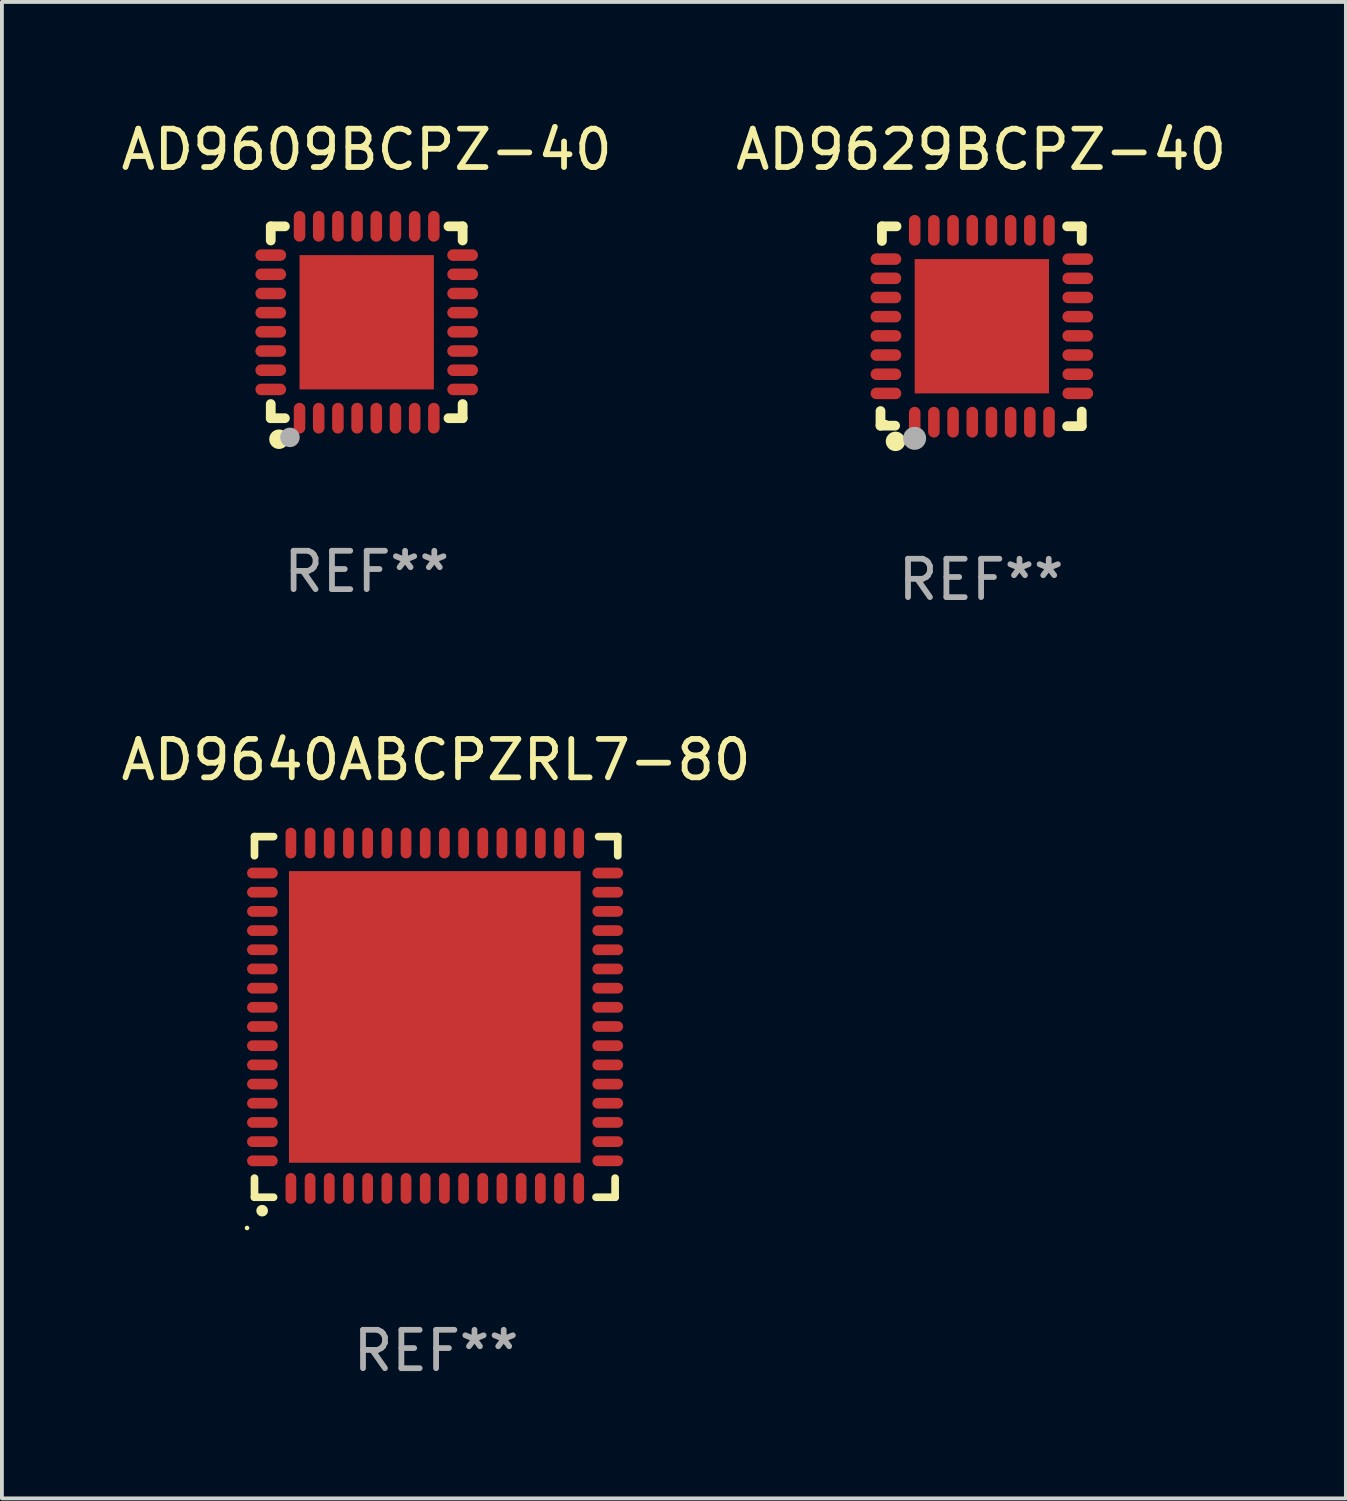
<source format=kicad_pcb>
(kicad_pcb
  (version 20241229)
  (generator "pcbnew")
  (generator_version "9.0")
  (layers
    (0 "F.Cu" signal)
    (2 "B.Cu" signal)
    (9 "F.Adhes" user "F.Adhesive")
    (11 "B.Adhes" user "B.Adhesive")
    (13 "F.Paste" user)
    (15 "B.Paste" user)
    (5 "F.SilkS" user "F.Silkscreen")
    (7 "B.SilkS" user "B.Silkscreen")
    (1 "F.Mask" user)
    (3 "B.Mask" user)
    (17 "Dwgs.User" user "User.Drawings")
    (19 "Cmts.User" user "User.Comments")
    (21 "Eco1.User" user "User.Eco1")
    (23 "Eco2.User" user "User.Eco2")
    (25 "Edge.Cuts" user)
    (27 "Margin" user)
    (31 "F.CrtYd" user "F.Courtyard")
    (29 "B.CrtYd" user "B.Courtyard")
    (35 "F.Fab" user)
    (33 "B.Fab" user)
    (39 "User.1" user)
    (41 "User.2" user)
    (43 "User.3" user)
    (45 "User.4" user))
  (footprint "AD9640ABCPZRL7-80"
    (layer "F.Cu")
    (at 8.315 23.451)
    (property "Reference" "AD9640ABCPZRL7-80" (at 0 -6.699 0) (layer "F.SilkS") (effects (font (size 1 1) (thickness 0.15))))
    (attr through_hole)
    (fp_line (start -4.733 -4.699) (end -4.235 -4.699) (stroke (width 0.2) (type solid)) (layer "F.SilkS"))
    (fp_line (start -4.733 -4.201) (end -4.733 -4.699) (stroke (width 0.2) (type solid)) (layer "F.SilkS"))
    (fp_line (start -4.733 4.699) (end -4.733 4.201) (stroke (width 0.2) (type solid)) (layer "F.SilkS"))
    (fp_line (start -4.235 4.699) (end -4.733 4.699) (stroke (width 0.2) (type solid)) (layer "F.SilkS"))
    (fp_line (start 4.168 4.699) (end 4.665 4.699) (stroke (width 0.2) (type solid)) (layer "F.SilkS"))
    (fp_line (start 4.665 4.699) (end 4.665 4.201) (stroke (width 0.2) (type solid)) (layer "F.SilkS"))
    (fp_line (start 4.733 -4.699) (end 4.235 -4.699) (stroke (width 0.2) (type solid)) (layer "F.SilkS"))
    (fp_line (start 4.733 -4.201) (end 4.733 -4.699) (stroke (width 0.2) (type solid)) (layer "F.SilkS"))
    (fp_arc (start -4.534417 5.04953) (mid -4.533147 5.049525) (end -4.531877 5.04953) (stroke (width 0.3) (type solid)) (layer "F.SilkS"))
    (fp_circle (center -4.927 5.5) (end -4.897 5.5) (stroke (width 0.06) (type solid)) (fill no) (layer "F.SilkS"))
    (fp_text user "REF**" (at 0 8.699 0) (layer "F.Fab") (effects (font (size 1 1) (thickness 0.15))))
    (pad "1" smd oval (at -3.784 4.469 180) (size 0.28 0.8) (layers "F.Cu" "F.Mask" "F.Paste"))
    (pad "2" smd oval (at -3.284 4.469 180) (size 0.28 0.8) (layers "F.Cu" "F.Mask" "F.Paste"))
    (pad "3" smd oval (at -2.784 4.469 180) (size 0.28 0.8) (layers "F.Cu" "F.Mask" "F.Paste"))
    (pad "4" smd oval (at -2.284 4.469 180) (size 0.28 0.8) (layers "F.Cu" "F.Mask" "F.Paste"))
    (pad "5" smd oval (at -1.784 4.469 180) (size 0.28 0.8) (layers "F.Cu" "F.Mask" "F.Paste"))
    (pad "6" smd oval (at -1.284 4.469 180) (size 0.28 0.8) (layers "F.Cu" "F.Mask" "F.Paste"))
    (pad "7" smd oval (at -0.784 4.469 180) (size 0.28 0.8) (layers "F.Cu" "F.Mask" "F.Paste"))
    (pad "8" smd oval (at -0.284 4.469 180) (size 0.28 0.8) (layers "F.Cu" "F.Mask" "F.Paste"))
    (pad "9" smd oval (at 0.216 4.469 180) (size 0.28 0.8) (layers "F.Cu" "F.Mask" "F.Paste"))
    (pad "10" smd oval (at 0.716 4.469 180) (size 0.28 0.8) (layers "F.Cu" "F.Mask" "F.Paste"))
    (pad "11" smd oval (at 1.216 4.469 180) (size 0.28 0.8) (layers "F.Cu" "F.Mask" "F.Paste"))
    (pad "12" smd oval (at 1.716 4.469 180) (size 0.28 0.8) (layers "F.Cu" "F.Mask" "F.Paste"))
    (pad "13" smd oval (at 2.216 4.469 180) (size 0.28 0.8) (layers "F.Cu" "F.Mask" "F.Paste"))
    (pad "14" smd oval (at 2.716 4.469 180) (size 0.28 0.8) (layers "F.Cu" "F.Mask" "F.Paste"))
    (pad "15" smd oval (at 3.216 4.469 180) (size 0.28 0.8) (layers "F.Cu" "F.Mask" "F.Paste"))
    (pad "16" smd oval (at 3.716 4.469 180) (size 0.28 0.8) (layers "F.Cu" "F.Mask" "F.Paste"))
    (pad "17" smd oval (at 4.473 3.75 270) (size 0.28 0.8) (layers "F.Cu" "F.Mask" "F.Paste"))
    (pad "18" smd oval (at 4.473 3.25 270) (size 0.28 0.8) (layers "F.Cu" "F.Mask" "F.Paste"))
    (pad "19" smd oval (at 4.473 2.75 270) (size 0.28 0.8) (layers "F.Cu" "F.Mask" "F.Paste"))
    (pad "20" smd oval (at 4.473 2.25 270) (size 0.28 0.8) (layers "F.Cu" "F.Mask" "F.Paste"))
    (pad "21" smd oval (at 4.473 1.75 270) (size 0.28 0.8) (layers "F.Cu" "F.Mask" "F.Paste"))
    (pad "22" smd oval (at 4.473 1.25 270) (size 0.28 0.8) (layers "F.Cu" "F.Mask" "F.Paste"))
    (pad "23" smd oval (at 4.473 0.75 270) (size 0.28 0.8) (layers "F.Cu" "F.Mask" "F.Paste"))
    (pad "24" smd oval (at 4.473 0.25 270) (size 0.28 0.8) (layers "F.Cu" "F.Mask" "F.Paste"))
    (pad "25" smd oval (at 4.473 -0.25 270) (size 0.28 0.8) (layers "F.Cu" "F.Mask" "F.Paste"))
    (pad "26" smd oval (at 4.473 -0.75 270) (size 0.28 0.8) (layers "F.Cu" "F.Mask" "F.Paste"))
    (pad "27" smd oval (at 4.473 -1.25 270) (size 0.28 0.8) (layers "F.Cu" "F.Mask" "F.Paste"))
    (pad "28" smd oval (at 4.473 -1.75 270) (size 0.28 0.8) (layers "F.Cu" "F.Mask" "F.Paste"))
    (pad "29" smd oval (at 4.473 -2.25 270) (size 0.28 0.8) (layers "F.Cu" "F.Mask" "F.Paste"))
    (pad "30" smd oval (at 4.473 -2.75 270) (size 0.28 0.8) (layers "F.Cu" "F.Mask" "F.Paste"))
    (pad "31" smd oval (at 4.473 -3.25 270) (size 0.28 0.8) (layers "F.Cu" "F.Mask" "F.Paste"))
    (pad "32" smd oval (at 4.473 -3.75 270) (size 0.28 0.8) (layers "F.Cu" "F.Mask" "F.Paste"))
    (pad "33" smd oval (at 3.716 -4.531) (size 0.28 0.8) (layers "F.Cu" "F.Mask" "F.Paste"))
    (pad "34" smd oval (at 3.216 -4.531) (size 0.28 0.8) (layers "F.Cu" "F.Mask" "F.Paste"))
    (pad "35" smd oval (at 2.716 -4.531) (size 0.28 0.8) (layers "F.Cu" "F.Mask" "F.Paste"))
    (pad "36" smd oval (at 2.216 -4.531) (size 0.28 0.8) (layers "F.Cu" "F.Mask" "F.Paste"))
    (pad "37" smd oval (at 1.716 -4.531) (size 0.28 0.8) (layers "F.Cu" "F.Mask" "F.Paste"))
    (pad "38" smd oval (at 1.216 -4.531) (size 0.28 0.8) (layers "F.Cu" "F.Mask" "F.Paste"))
    (pad "39" smd oval (at 0.716 -4.531) (size 0.28 0.8) (layers "F.Cu" "F.Mask" "F.Paste"))
    (pad "40" smd oval (at 0.216 -4.531) (size 0.28 0.8) (layers "F.Cu" "F.Mask" "F.Paste"))
    (pad "41" smd oval (at -0.284 -4.531) (size 0.28 0.8) (layers "F.Cu" "F.Mask" "F.Paste"))
    (pad "42" smd oval (at -0.784 -4.531) (size 0.28 0.8) (layers "F.Cu" "F.Mask" "F.Paste"))
    (pad "43" smd oval (at -1.284 -4.531) (size 0.28 0.8) (layers "F.Cu" "F.Mask" "F.Paste"))
    (pad "44" smd oval (at -1.784 -4.531) (size 0.28 0.8) (layers "F.Cu" "F.Mask" "F.Paste"))
    (pad "45" smd oval (at -2.284 -4.531) (size 0.28 0.8) (layers "F.Cu" "F.Mask" "F.Paste"))
    (pad "46" smd oval (at -2.784 -4.531) (size 0.28 0.8) (layers "F.Cu" "F.Mask" "F.Paste"))
    (pad "47" smd oval (at -3.284 -4.531) (size 0.28 0.8) (layers "F.Cu" "F.Mask" "F.Paste"))
    (pad "48" smd oval (at -3.784 -4.531) (size 0.28 0.8) (layers "F.Cu" "F.Mask" "F.Paste"))
    (pad "49" smd oval (at -4.527 -3.75 90) (size 0.28 0.8) (layers "F.Cu" "F.Mask" "F.Paste"))
    (pad "50" smd oval (at -4.527 -3.25 90) (size 0.28 0.8) (layers "F.Cu" "F.Mask" "F.Paste"))
    (pad "51" smd oval (at -4.527 -2.75 90) (size 0.28 0.8) (layers "F.Cu" "F.Mask" "F.Paste"))
    (pad "52" smd oval (at -4.527 -2.25 90) (size 0.28 0.8) (layers "F.Cu" "F.Mask" "F.Paste"))
    (pad "53" smd oval (at -4.527 -1.75 90) (size 0.28 0.8) (layers "F.Cu" "F.Mask" "F.Paste"))
    (pad "54" smd oval (at -4.527 -1.25 90) (size 0.28 0.8) (layers "F.Cu" "F.Mask" "F.Paste"))
    (pad "55" smd oval (at -4.527 -0.75 90) (size 0.28 0.8) (layers "F.Cu" "F.Mask" "F.Paste"))
    (pad "56" smd oval (at -4.527 -0.25 90) (size 0.28 0.8) (layers "F.Cu" "F.Mask" "F.Paste"))
    (pad "57" smd oval (at -4.527 0.25 90) (size 0.28 0.8) (layers "F.Cu" "F.Mask" "F.Paste"))
    (pad "58" smd oval (at -4.527 0.75 90) (size 0.28 0.8) (layers "F.Cu" "F.Mask" "F.Paste"))
    (pad "59" smd oval (at -4.527 1.25 90) (size 0.28 0.8) (layers "F.Cu" "F.Mask" "F.Paste"))
    (pad "60" smd oval (at -4.527 1.75 90) (size 0.28 0.8) (layers "F.Cu" "F.Mask" "F.Paste"))
    (pad "61" smd oval (at -4.527 2.25 90) (size 0.28 0.8) (layers "F.Cu" "F.Mask" "F.Paste"))
    (pad "62" smd oval (at -4.527 2.75 90) (size 0.28 0.8) (layers "F.Cu" "F.Mask" "F.Paste"))
    (pad "63" smd oval (at -4.527 3.25 90) (size 0.28 0.8) (layers "F.Cu" "F.Mask" "F.Paste"))
    (pad "64" smd oval (at -4.527 3.75 90) (size 0.28 0.8) (layers "F.Cu" "F.Mask" "F.Paste"))
    (pad "65" smd rect (at -0.034 -0.000102 90) (size 7.6 7.6) (layers "F.Cu" "F.Mask" "F.Paste")))
  (footprint "AD9609BCPZ-40"
    (layer "F.Cu")
    (at 6.506 5.348)
    (property "Reference" "AD9609BCPZ-40" (at 0 -4.5 0) (layer "F.SilkS") (effects (font (size 1 1) (thickness 0.15))))
    (attr through_hole)
    (fp_line (start -2.5 -2.5) (end -2.131 -2.5) (stroke (width 0.254) (type solid)) (layer "F.SilkS"))
    (fp_line (start -2.5 -2.131) (end -2.5 -2.5) (stroke (width 0.254) (type solid)) (layer "F.SilkS"))
    (fp_line (start -2.5 2.5) (end -2.5 2.131) (stroke (width 0.254) (type solid)) (layer "F.SilkS"))
    (fp_line (start -2.131 2.5) (end -2.5 2.5) (stroke (width 0.254) (type solid)) (layer "F.SilkS"))
    (fp_line (start 2.131 -2.5) (end 2.5 -2.5) (stroke (width 0.254) (type solid)) (layer "F.SilkS"))
    (fp_line (start 2.5 -2.5) (end 2.5 -2.131) (stroke (width 0.254) (type solid)) (layer "F.SilkS"))
    (fp_line (start 2.5 2.131) (end 2.5 2.5) (stroke (width 0.254) (type solid)) (layer "F.SilkS"))
    (fp_line (start 2.5 2.5) (end 2.131 2.5) (stroke (width 0.254) (type solid)) (layer "F.SilkS"))
    (fp_circle (center -2.5 2.5) (end -2.47 2.5) (stroke (width 0.06) (type solid)) (fill no) (layer "F.SilkS"))
    (fp_circle (center -2.286 3.048) (end -2.159 3.048) (stroke (width 0.254) (type solid)) (fill no) (layer "F.SilkS"))
    (fp_circle (center -2 3) (end -1.873 3) (stroke (width 0.254) (type solid)) (fill no) (layer "F.Fab"))
    (fp_text user "REF**" (at 0 6.5 0) (layer "F.Fab") (effects (font (size 1 1) (thickness 0.15))))
    (pad "1" smd oval (at -1.75 2.5 90) (size 0.8 0.3) (layers "F.Cu" "F.Mask" "F.Paste"))
    (pad "2" smd oval (at -1.25 2.5 90) (size 0.8 0.3) (layers "F.Cu" "F.Mask" "F.Paste"))
    (pad "3" smd oval (at -0.75 2.5 90) (size 0.8 0.3) (layers "F.Cu" "F.Mask" "F.Paste"))
    (pad "4" smd oval (at -0.25 2.5 90) (size 0.8 0.3) (layers "F.Cu" "F.Mask" "F.Paste"))
    (pad "5" smd oval (at 0.25 2.5 90) (size 0.8 0.3) (layers "F.Cu" "F.Mask" "F.Paste"))
    (pad "6" smd oval (at 0.75 2.5 90) (size 0.8 0.3) (layers "F.Cu" "F.Mask" "F.Paste"))
    (pad "7" smd oval (at 1.25 2.5 90) (size 0.8 0.3) (layers "F.Cu" "F.Mask" "F.Paste"))
    (pad "8" smd oval (at 1.75 2.5 90) (size 0.8 0.3) (layers "F.Cu" "F.Mask" "F.Paste"))
    (pad "9" smd oval (at 2.5 1.75 180) (size 0.8 0.3) (layers "F.Cu" "F.Mask" "F.Paste"))
    (pad "10" smd oval (at 2.5 1.25 180) (size 0.8 0.3) (layers "F.Cu" "F.Mask" "F.Paste"))
    (pad "11" smd oval (at 2.5 0.75 180) (size 0.8 0.3) (layers "F.Cu" "F.Mask" "F.Paste"))
    (pad "12" smd oval (at 2.5 0.25 180) (size 0.8 0.3) (layers "F.Cu" "F.Mask" "F.Paste"))
    (pad "13" smd oval (at 2.5 -0.25 180) (size 0.8 0.3) (layers "F.Cu" "F.Mask" "F.Paste"))
    (pad "14" smd oval (at 2.5 -0.75 180) (size 0.8 0.3) (layers "F.Cu" "F.Mask" "F.Paste"))
    (pad "15" smd oval (at 2.5 -1.25 180) (size 0.8 0.3) (layers "F.Cu" "F.Mask" "F.Paste"))
    (pad "16" smd oval (at 2.5 -1.75 180) (size 0.8 0.3) (layers "F.Cu" "F.Mask" "F.Paste"))
    (pad "17" smd oval (at 1.75 -2.5 270) (size 0.8 0.3) (layers "F.Cu" "F.Mask" "F.Paste"))
    (pad "18" smd oval (at 1.25 -2.5 270) (size 0.8 0.3) (layers "F.Cu" "F.Mask" "F.Paste"))
    (pad "19" smd oval (at 0.75 -2.5 270) (size 0.8 0.3) (layers "F.Cu" "F.Mask" "F.Paste"))
    (pad "20" smd oval (at 0.25 -2.5 270) (size 0.8 0.3) (layers "F.Cu" "F.Mask" "F.Paste"))
    (pad "21" smd oval (at -0.25 -2.5 270) (size 0.8 0.3) (layers "F.Cu" "F.Mask" "F.Paste"))
    (pad "22" smd oval (at -0.75 -2.5 270) (size 0.8 0.3) (layers "F.Cu" "F.Mask" "F.Paste"))
    (pad "23" smd oval (at -1.25 -2.5 270) (size 0.8 0.3) (layers "F.Cu" "F.Mask" "F.Paste"))
    (pad "24" smd oval (at -1.75 -2.5 270) (size 0.8 0.3) (layers "F.Cu" "F.Mask" "F.Paste"))
    (pad "25" smd oval (at -2.5 -1.75) (size 0.8 0.3) (layers "F.Cu" "F.Mask" "F.Paste"))
    (pad "26" smd oval (at -2.5 -1.25) (size 0.8 0.3) (layers "F.Cu" "F.Mask" "F.Paste"))
    (pad "27" smd oval (at -2.5 -0.75) (size 0.8 0.3) (layers "F.Cu" "F.Mask" "F.Paste"))
    (pad "28" smd oval (at -2.5 -0.25) (size 0.8 0.3) (layers "F.Cu" "F.Mask" "F.Paste"))
    (pad "29" smd oval (at -2.5 0.25) (size 0.8 0.3) (layers "F.Cu" "F.Mask" "F.Paste"))
    (pad "30" smd oval (at -2.5 0.75) (size 0.8 0.3) (layers "F.Cu" "F.Mask" "F.Paste"))
    (pad "31" smd oval (at -2.5 1.25) (size 0.8 0.3) (layers "F.Cu" "F.Mask" "F.Paste"))
    (pad "32" smd oval (at -2.5 1.75) (size 0.8 0.3) (layers "F.Cu" "F.Mask" "F.Paste"))
    (pad "33" smd rect (at -0.000127 0.000127 90) (size 3.5 3.5) (layers "F.Cu" "F.Mask" "F.Paste")))
  (footprint "AD9629BCPZ-40"
    (layer "F.Cu")
    (at 22.518 5.452)
    (property "Reference" "AD9629BCPZ-40" (at 0 -4.604 0) (layer "F.SilkS") (effects (font (size 1 1) (thickness 0.15))))
    (attr through_hole)
    (fp_line (start -2.622 2.21) (end -2.622 2.591) (stroke (width 0.254) (type solid)) (layer "F.SilkS"))
    (fp_line (start -2.622 2.591) (end -2.241 2.591) (stroke (width 0.254) (type solid)) (layer "F.SilkS"))
    (fp_line (start -2.585 -2.604) (end -2.585 -2.223) (stroke (width 0.254) (type solid)) (layer "F.SilkS"))
    (fp_line (start -2.204 -2.604) (end -2.585 -2.604) (stroke (width 0.254) (type solid)) (layer "F.SilkS"))
    (fp_line (start 2.241 2.604) (end 2.622 2.604) (stroke (width 0.254) (type solid)) (layer "F.SilkS"))
    (fp_line (start 2.622 -2.604) (end 2.241 -2.604) (stroke (width 0.254) (type solid)) (layer "F.SilkS"))
    (fp_line (start 2.622 -2.223) (end 2.622 -2.604) (stroke (width 0.254) (type solid)) (layer "F.SilkS"))
    (fp_line (start 2.622 2.604) (end 2.622 2.223) (stroke (width 0.254) (type solid)) (layer "F.SilkS"))
    (fp_circle (center -2.481 2.5) (end -2.451 2.5) (stroke (width 0.06) (type solid)) (fill no) (layer "F.SilkS"))
    (fp_circle (center -2.231 3) (end -2.104 3) (stroke (width 0.254) (type solid)) (fill no) (layer "F.SilkS"))
    (fp_circle (center -1.733 2.921) (end -1.583 2.921) (stroke (width 0.3) (type solid)) (fill no) (layer "F.Fab"))
    (fp_text user "REF**" (at 0 6.604 0) (layer "F.Fab") (effects (font (size 1 1) (thickness 0.15))))
    (pad "1" smd oval (at -1.731 2.5 90) (size 0.8 0.3) (layers "F.Cu" "F.Mask" "F.Paste"))
    (pad "2" smd oval (at -1.231 2.5 90) (size 0.8 0.3) (layers "F.Cu" "F.Mask" "F.Paste"))
    (pad "3" smd oval (at -0.731 2.5 90) (size 0.8 0.3) (layers "F.Cu" "F.Mask" "F.Paste"))
    (pad "4" smd oval (at -0.231 2.5 90) (size 0.8 0.3) (layers "F.Cu" "F.Mask" "F.Paste"))
    (pad "5" smd oval (at 0.269 2.5 90) (size 0.8 0.3) (layers "F.Cu" "F.Mask" "F.Paste"))
    (pad "6" smd oval (at 0.769 2.5 90) (size 0.8 0.3) (layers "F.Cu" "F.Mask" "F.Paste"))
    (pad "7" smd oval (at 1.269 2.5 90) (size 0.8 0.3) (layers "F.Cu" "F.Mask" "F.Paste"))
    (pad "8" smd oval (at 1.769 2.5 90) (size 0.8 0.3) (layers "F.Cu" "F.Mask" "F.Paste"))
    (pad "9" smd oval (at 2.519 1.75 180) (size 0.8 0.3) (layers "F.Cu" "F.Mask" "F.Paste"))
    (pad "10" smd oval (at 2.519 1.25 180) (size 0.8 0.3) (layers "F.Cu" "F.Mask" "F.Paste"))
    (pad "11" smd oval (at 2.519 0.75 180) (size 0.8 0.3) (layers "F.Cu" "F.Mask" "F.Paste"))
    (pad "12" smd oval (at 2.519 0.25 180) (size 0.8 0.3) (layers "F.Cu" "F.Mask" "F.Paste"))
    (pad "13" smd oval (at 2.519 -0.25 180) (size 0.8 0.3) (layers "F.Cu" "F.Mask" "F.Paste"))
    (pad "14" smd oval (at 2.519 -0.75 180) (size 0.8 0.3) (layers "F.Cu" "F.Mask" "F.Paste"))
    (pad "15" smd oval (at 2.519 -1.25 180) (size 0.8 0.3) (layers "F.Cu" "F.Mask" "F.Paste"))
    (pad "16" smd oval (at 2.519 -1.75 180) (size 0.8 0.3) (layers "F.Cu" "F.Mask" "F.Paste"))
    (pad "17" smd oval (at 1.769 -2.5 270) (size 0.8 0.3) (layers "F.Cu" "F.Mask" "F.Paste"))
    (pad "18" smd oval (at 1.269 -2.5 270) (size 0.8 0.3) (layers "F.Cu" "F.Mask" "F.Paste"))
    (pad "19" smd oval (at 0.769 -2.5 270) (size 0.8 0.3) (layers "F.Cu" "F.Mask" "F.Paste"))
    (pad "20" smd oval (at 0.269 -2.5 270) (size 0.8 0.3) (layers "F.Cu" "F.Mask" "F.Paste"))
    (pad "21" smd oval (at -0.231 -2.5 270) (size 0.8 0.3) (layers "F.Cu" "F.Mask" "F.Paste"))
    (pad "22" smd oval (at -0.731 -2.5 270) (size 0.8 0.3) (layers "F.Cu" "F.Mask" "F.Paste"))
    (pad "23" smd oval (at -1.231 -2.5 270) (size 0.8 0.3) (layers "F.Cu" "F.Mask" "F.Paste"))
    (pad "24" smd oval (at -1.731 -2.5 270) (size 0.8 0.3) (layers "F.Cu" "F.Mask" "F.Paste"))
    (pad "25" smd oval (at -2.481 -1.75) (size 0.8 0.3) (layers "F.Cu" "F.Mask" "F.Paste"))
    (pad "26" smd oval (at -2.481 -1.25) (size 0.8 0.3) (layers "F.Cu" "F.Mask" "F.Paste"))
    (pad "27" smd oval (at -2.481 -0.75) (size 0.8 0.3) (layers "F.Cu" "F.Mask" "F.Paste"))
    (pad "28" smd oval (at -2.481 -0.25) (size 0.8 0.3) (layers "F.Cu" "F.Mask" "F.Paste"))
    (pad "29" smd oval (at -2.481 0.25) (size 0.8 0.3) (layers "F.Cu" "F.Mask" "F.Paste"))
    (pad "30" smd oval (at -2.481 0.75) (size 0.8 0.3) (layers "F.Cu" "F.Mask" "F.Paste"))
    (pad "31" smd oval (at -2.481 1.25) (size 0.8 0.3) (layers "F.Cu" "F.Mask" "F.Paste"))
    (pad "32" smd oval (at -2.481 1.75) (size 0.8 0.3) (layers "F.Cu" "F.Mask" "F.Paste"))
    (pad "33" smd rect (at 0.019 -0.000025 90) (size 3.5 3.5) (layers "F.Cu" "F.Mask" "F.Paste")))
  (gr_rect
    (start -3 -3)
    (end 32.024 35.998)
    (stroke (width 0.1) (type default))
    (fill no)
    (layer "Edge.Cuts")))
</source>
